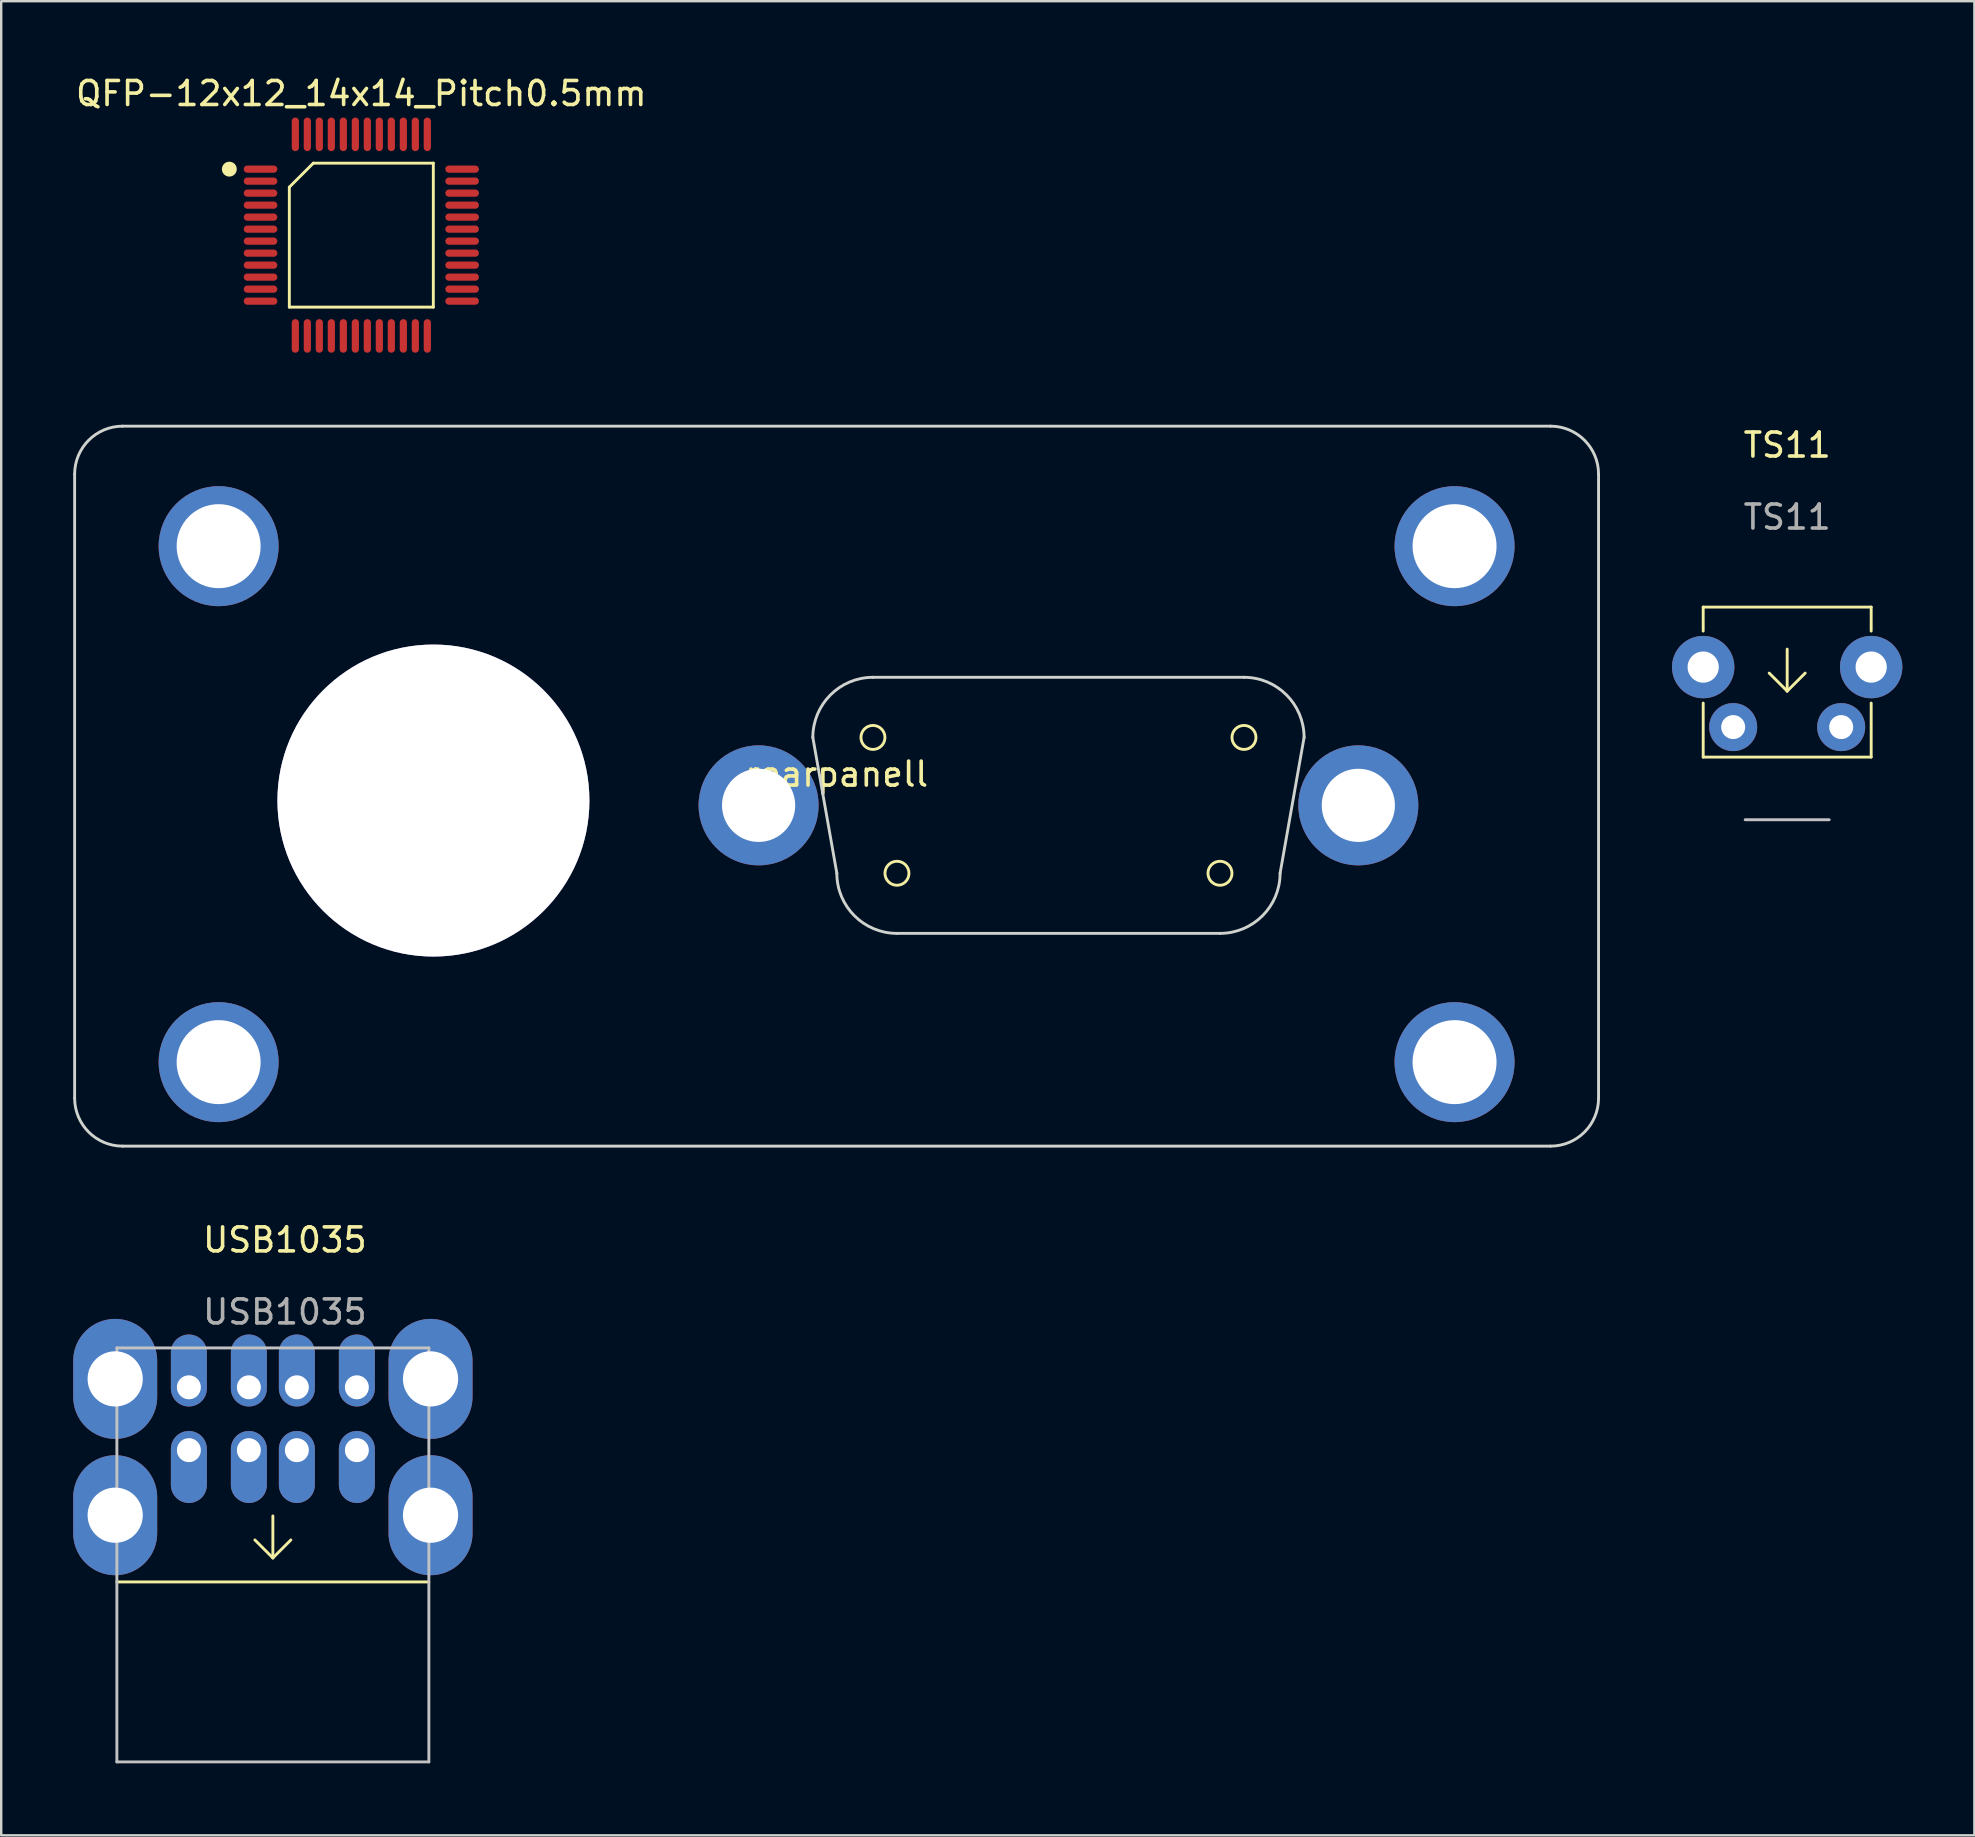
<source format=kicad_pcb>
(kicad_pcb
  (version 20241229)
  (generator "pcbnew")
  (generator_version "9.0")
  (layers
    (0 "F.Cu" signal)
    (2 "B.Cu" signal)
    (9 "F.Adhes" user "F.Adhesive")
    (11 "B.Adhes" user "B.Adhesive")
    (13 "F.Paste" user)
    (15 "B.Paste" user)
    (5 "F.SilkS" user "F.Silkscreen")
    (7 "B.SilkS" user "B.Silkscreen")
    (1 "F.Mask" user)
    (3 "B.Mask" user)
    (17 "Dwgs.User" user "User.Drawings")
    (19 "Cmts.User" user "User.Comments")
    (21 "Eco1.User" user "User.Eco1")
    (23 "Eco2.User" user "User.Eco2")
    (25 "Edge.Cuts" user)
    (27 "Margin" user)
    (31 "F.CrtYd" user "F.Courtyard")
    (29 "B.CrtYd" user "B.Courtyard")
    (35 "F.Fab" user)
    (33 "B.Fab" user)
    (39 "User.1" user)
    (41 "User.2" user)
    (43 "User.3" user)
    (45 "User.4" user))
  (footprint "TS11"
    (layer "F.Cu")
    (at 71.42 25.997)
    (property "Reference" "TS11" (at 0 -10.5 0) (unlocked yes) (layer "F.SilkS") (effects (font (size 1 1) (thickness 0.15))))
    (attr through_hole)
    (fp_line (start -3.5 -3.75) (end 3.5 -3.75) (stroke (width 0.12) (type solid)) (layer "F.SilkS"))
    (fp_line (start -3.5 -2.75) (end -3.5 -3.75) (stroke (width 0.12) (type solid)) (layer "F.SilkS"))
    (fp_line (start -3.5 2.5) (end -3.5 0.25) (stroke (width 0.12) (type solid)) (layer "F.SilkS"))
    (fp_line (start 0 -2) (end 0 -0.25) (stroke (width 0.12) (type solid)) (layer "F.SilkS"))
    (fp_line (start 0 -0.25) (end -0.75 -1) (stroke (width 0.12) (type solid)) (layer "F.SilkS"))
    (fp_line (start 0 -0.25) (end 0.75 -1) (stroke (width 0.12) (type solid)) (layer "F.SilkS"))
    (fp_line (start 3.5 -3.75) (end 3.5 -2.75) (stroke (width 0.12) (type solid)) (layer "F.SilkS"))
    (fp_line (start 3.5 0.25) (end 3.5 2.5) (stroke (width 0.12) (type solid)) (layer "F.SilkS"))
    (fp_line (start 3.5 2.5) (end -3.5 2.5) (stroke (width 0.12) (type solid)) (layer "F.SilkS"))
    (fp_line (start -1.75 5.11) (end 1.75 5.11) (stroke (width 0.12) (type solid)) (layer "Dwgs.User"))
    (fp_text user "${REFERENCE}" (at 0 -7.5 0) (unlocked yes) (layer "F.Fab") (effects (font (size 1 1) (thickness 0.15))))
    (pad "1" thru_hole circle (at -2.25 1.25) (size 2 2) (drill 1) (layers "*.Cu" "*.Mask"))
    (pad "2" thru_hole circle (at 2.25 1.25) (size 2 2) (drill 1) (layers "*.Cu" "*.Mask"))
    (pad "M" thru_hole circle (at -3.5 -1.25) (size 2.6 2.6) (drill 1.3) (layers "*.Cu" "*.Mask"))
    (pad "M" thru_hole circle (at 3.5 -1.25) (size 2.6 2.6) (drill 1.3) (layers "*.Cu" "*.Mask")))
  (footprint "USB1035"
    (layer "F.Cu")
    (at 8.32 62.837)
    (property "Reference" "USB1035" (at 0.5 -14.22 0) (unlocked yes) (layer "F.SilkS") (effects (font (size 1 1) (thickness 0.15))))
    (attr through_hole)
    (fp_line (start -6.5 0.03) (end 6.5 0.03) (stroke (width 0.12) (type solid)) (layer "F.SilkS"))
    (fp_line (start 0 -2.72) (end 0 -0.97) (stroke (width 0.12) (type solid)) (layer "F.SilkS"))
    (fp_line (start 0 -0.97) (end -0.75 -1.72) (stroke (width 0.12) (type solid)) (layer "F.SilkS"))
    (fp_line (start 0 -0.97) (end 0.75 -1.72) (stroke (width 0.12) (type solid)) (layer "F.SilkS"))
    (fp_line (start -6.5 -9.72) (end 6.5 -9.72) (stroke (width 0.12) (type solid)) (layer "Dwgs.User"))
    (fp_line (start -6.5 7.53) (end -6.5 -9.72) (stroke (width 0.12) (type solid)) (layer "Dwgs.User"))
    (fp_line (start 6.5 -9.72) (end 6.5 7.53) (stroke (width 0.12) (type solid)) (layer "Dwgs.User"))
    (fp_line (start 6.5 7.53) (end -6.5 7.53) (stroke (width 0.12) (type solid)) (layer "Dwgs.User"))
    (fp_text user "${REFERENCE}" (at 0.5 -11.22 0) (unlocked yes) (layer "F.Fab") (effects (font (size 1 1) (thickness 0.15))))
    (pad "1A" thru_hole oval (at -3.5 -8.08) (size 1.5 3) (drill 1 (offset 0 -0.7)) (layers "*.Cu" "*.Mask"))
    (pad "1B" thru_hole oval (at -3.5 -5.46) (size 1.5 3) (drill 1 (offset 0 0.7)) (layers "*.Cu" "*.Mask"))
    (pad "2A" thru_hole oval (at -1 -8.08) (size 1.5 3) (drill 1 (offset 0 -0.7)) (layers "*.Cu" "*.Mask"))
    (pad "2B" thru_hole oval (at -1 -5.46) (size 1.5 3) (drill 1 (offset 0 0.7)) (layers "*.Cu" "*.Mask"))
    (pad "3A" thru_hole oval (at 1 -8.08) (size 1.5 3) (drill 1 (offset 0 -0.7)) (layers "*.Cu" "*.Mask"))
    (pad "3B" thru_hole oval (at 1 -5.46) (size 1.5 3) (drill 1 (offset 0 0.7)) (layers "*.Cu" "*.Mask"))
    (pad "4A" thru_hole oval (at 3.5 -8.08) (size 1.5 3) (drill 1 (offset 0 -0.7)) (layers "*.Cu" "*.Mask"))
    (pad "4B" thru_hole oval (at 3.5 -5.46) (size 1.5 3) (drill 1 (offset 0 0.7)) (layers "*.Cu" "*.Mask"))
    (pad "S" thru_hole oval (at -6.57 -8.43) (size 3.5 5) (drill 2.3) (layers "*.Cu" "*.Mask"))
    (pad "S" thru_hole oval (at -6.57 -2.75) (size 3.5 5) (drill 2.3) (layers "*.Cu" "*.Mask"))
    (pad "S" thru_hole oval (at 6.57 -8.43) (size 3.5 5) (drill 2.3) (layers "*.Cu" "*.Mask"))
    (pad "S" thru_hole oval (at 6.57 -2.75) (size 3.5 5) (drill 2.3) (layers "*.Cu" "*.Mask")))
  (footprint "rearpanell"
    (layer "F.Cu")
    (at 31.81 29.708)
    (property "Reference" "rearpanell" (at 0 -0.5 0) (unlocked yes) (layer "F.SilkS") (effects (font (size 1 1) (thickness 0.15))))
    (attr through_hole)
    (fp_circle (center 1.515 -2.03) (end 2.015 -2.03) (stroke (width 0.12) (type solid)) (fill no) (layer "F.SilkS"))
    (fp_circle (center 2.515 3.63) (end 3.015 3.63) (stroke (width 0.12) (type solid)) (fill no) (layer "F.SilkS"))
    (fp_circle (center 15.975 3.63) (end 15.475 3.63) (stroke (width 0.12) (type solid)) (fill no) (layer "F.SilkS"))
    (fp_circle (center 16.975 -2.03) (end 16.475 -2.03) (stroke (width 0.12) (type solid)) (fill no) (layer "F.SilkS"))
    (fp_line (start -31.75 13) (end -31.75 -13) (stroke (width 0.12) (type solid)) (layer "Edge.Cuts"))
    (fp_line (start -29.75 -15) (end 29.75 -15) (stroke (width 0.12) (type solid)) (layer "Edge.Cuts"))
    (fp_line (start 0.01 3.63) (end -0.99 -2.03) (stroke (width 0.12) (type solid)) (layer "Edge.Cuts"))
    (fp_line (start 1.515 -4.535) (end 16.975 -4.535) (stroke (width 0.12) (type solid)) (layer "Edge.Cuts"))
    (fp_line (start 2.515 6.135) (end 15.975 6.135) (stroke (width 0.12) (type solid)) (layer "Edge.Cuts"))
    (fp_line (start 18.48 3.63) (end 19.48 -2.03) (stroke (width 0.12) (type solid)) (layer "Edge.Cuts"))
    (fp_line (start 29.75 15) (end -29.75 15) (stroke (width 0.12) (type solid)) (layer "Edge.Cuts"))
    (fp_line (start 31.75 13) (end 31.75 -13) (stroke (width 0.12) (type solid)) (layer "Edge.Cuts"))
    (fp_arc (start -31.75 -13) (mid -31.164214 -14.414214) (end -29.75 -15) (stroke (width 0.12) (type solid)) (layer "Edge.Cuts"))
    (fp_arc (start -29.75 15) (mid -31.164214 14.414214) (end -31.75 13) (stroke (width 0.12) (type solid)) (layer "Edge.Cuts"))
    (fp_arc (start -0.99 -2.03) (mid -0.256302 -3.801302) (end 1.515 -4.535) (stroke (width 0.12) (type solid)) (layer "Edge.Cuts"))
    (fp_arc (start 2.515 6.135) (mid 0.743698 5.401302) (end 0.01 3.63) (stroke (width 0.12) (type solid)) (layer "Edge.Cuts"))
    (fp_arc (start 16.975 -4.535) (mid 18.7463 -3.801302) (end 19.48 -2.03) (stroke (width 0.12) (type solid)) (layer "Edge.Cuts"))
    (fp_arc (start 18.48 3.63) (mid 17.746302 5.401302) (end 15.975 6.135) (stroke (width 0.12) (type solid)) (layer "Edge.Cuts"))
    (fp_arc (start 29.75 -15) (mid 31.164214 -14.414214) (end 31.75 -13) (stroke (width 0.12) (type solid)) (layer "Edge.Cuts"))
    (fp_arc (start 31.75 13) (mid 31.164214 14.414214) (end 29.75 15) (stroke (width 0.12) (type solid)) (layer "Edge.Cuts"))
    (pad "1" thru_hole circle (at -25.75 -10) (size 5 5) (drill 3.5) (layers "*.Cu" "*.Mask"))
    (pad "1" thru_hole circle (at -25.75 11.5) (size 5 5) (drill 3.5) (layers "*.Cu" "*.Mask"))
    (pad "1" thru_hole circle (at -3.25 0.8) (size 5 5) (drill 3.05) (layers "*.Cu" "*.Mask"))
    (pad "1" thru_hole circle (at 21.74 0.8) (size 5 5) (drill 3.05) (layers "*.Cu" "*.Mask"))
    (pad "1" thru_hole circle (at 25.75 -10) (size 5 5) (drill 3.5) (layers "*.Cu" "*.Mask"))
    (pad "1" thru_hole circle (at 25.75 11.5) (size 5 5) (drill 3.5) (layers "*.Cu" "*.Mask"))
    (pad "2" thru_hole circle (at -16.8 0.6) (size 13 13) (drill 13) (layers "*.Cu" "*.Mask")))
  (footprint "QFP-12x12_14x14_Pitch0.5mm"
    (layer "F.Cu")
    (at 12.006 6.748)
    (property "Reference" "QFP-12x12_14x14_Pitch0.5mm" (at 0 -5.9 0) (layer "F.SilkS") (effects (font (size 1 1) (thickness 0.15))))
    (attr through_hole)
    (fp_line (start -3 -2) (end -2 -3) (stroke (width 0.12) (type solid)) (layer "F.SilkS"))
    (fp_line (start -3 3) (end -3 -2) (stroke (width 0.12) (type solid)) (layer "F.SilkS"))
    (fp_line (start -2 -3) (end 3 -3) (stroke (width 0.12) (type solid)) (layer "F.SilkS"))
    (fp_line (start 3 -3) (end 3 3) (stroke (width 0.12) (type solid)) (layer "F.SilkS"))
    (fp_line (start 3 3) (end -3 3) (stroke (width 0.12) (type solid)) (layer "F.SilkS"))
    (fp_circle (center -5.5 -2.75) (end -5.25 -2.75) (stroke (width 0.12) (type solid)) (fill yes) (layer "F.SilkS"))
    (pad "1" smd oval (at -4.2 -2.75 90) (size 0.3 1.4) (layers "F.Cu" "F.Mask" "F.Paste"))
    (pad "2" smd oval (at -4.2 -2.25 90) (size 0.3 1.4) (layers "F.Cu" "F.Mask" "F.Paste"))
    (pad "3" smd oval (at -4.2 -1.75 90) (size 0.3 1.4) (layers "F.Cu" "F.Mask" "F.Paste"))
    (pad "4" smd oval (at -4.2 -1.25 90) (size 0.3 1.4) (layers "F.Cu" "F.Mask" "F.Paste"))
    (pad "5" smd oval (at -4.2 -0.75 90) (size 0.3 1.4) (layers "F.Cu" "F.Mask" "F.Paste"))
    (pad "6" smd oval (at -4.2 -0.25 90) (size 0.3 1.4) (layers "F.Cu" "F.Mask" "F.Paste"))
    (pad "7" smd oval (at -4.2 0.25 90) (size 0.3 1.4) (layers "F.Cu" "F.Mask" "F.Paste"))
    (pad "8" smd oval (at -4.2 0.75 90) (size 0.3 1.4) (layers "F.Cu" "F.Mask" "F.Paste"))
    (pad "9" smd oval (at -4.2 1.25 90) (size 0.3 1.4) (layers "F.Cu" "F.Mask" "F.Paste"))
    (pad "10" smd oval (at -4.2 1.75 90) (size 0.3 1.4) (layers "F.Cu" "F.Mask" "F.Paste"))
    (pad "11" smd oval (at -4.2 2.25 90) (size 0.3 1.4) (layers "F.Cu" "F.Mask" "F.Paste"))
    (pad "12" smd oval (at -4.2 2.75 90) (size 0.3 1.4) (layers "F.Cu" "F.Mask" "F.Paste"))
    (pad "13" smd oval (at -2.75 4.2) (size 0.3 1.4) (layers "F.Cu" "F.Mask" "F.Paste"))
    (pad "14" smd oval (at -2.25 4.2) (size 0.3 1.4) (layers "F.Cu" "F.Mask" "F.Paste"))
    (pad "15" smd oval (at -1.75 4.2) (size 0.3 1.4) (layers "F.Cu" "F.Mask" "F.Paste"))
    (pad "16" smd oval (at -1.25 4.2) (size 0.3 1.4) (layers "F.Cu" "F.Mask" "F.Paste"))
    (pad "17" smd oval (at -0.75 4.2) (size 0.3 1.4) (layers "F.Cu" "F.Mask" "F.Paste"))
    (pad "18" smd oval (at -0.25 4.2) (size 0.3 1.4) (layers "F.Cu" "F.Mask" "F.Paste"))
    (pad "19" smd oval (at 0.25 4.2) (size 0.3 1.4) (layers "F.Cu" "F.Mask" "F.Paste"))
    (pad "20" smd oval (at 0.75 4.2) (size 0.3 1.4) (layers "F.Cu" "F.Mask" "F.Paste"))
    (pad "21" smd oval (at 1.25 4.2) (size 0.3 1.4) (layers "F.Cu" "F.Mask" "F.Paste"))
    (pad "22" smd oval (at 1.75 4.2) (size 0.3 1.4) (layers "F.Cu" "F.Mask" "F.Paste"))
    (pad "23" smd oval (at 2.25 4.2) (size 0.3 1.4) (layers "F.Cu" "F.Mask" "F.Paste"))
    (pad "24" smd oval (at 2.75 4.2) (size 0.3 1.4) (layers "F.Cu" "F.Mask" "F.Paste"))
    (pad "25" smd oval (at 4.2 2.75 90) (size 0.3 1.4) (layers "F.Cu" "F.Mask" "F.Paste"))
    (pad "26" smd oval (at 4.2 2.25 90) (size 0.3 1.4) (layers "F.Cu" "F.Mask" "F.Paste"))
    (pad "27" smd oval (at 4.2 1.75 90) (size 0.3 1.4) (layers "F.Cu" "F.Mask" "F.Paste"))
    (pad "28" smd oval (at 4.2 1.25 90) (size 0.3 1.4) (layers "F.Cu" "F.Mask" "F.Paste"))
    (pad "29" smd oval (at 4.2 0.75 90) (size 0.3 1.4) (layers "F.Cu" "F.Mask" "F.Paste"))
    (pad "30" smd oval (at 4.2 0.25 90) (size 0.3 1.4) (layers "F.Cu" "F.Mask" "F.Paste"))
    (pad "31" smd oval (at 4.2 -0.25 90) (size 0.3 1.4) (layers "F.Cu" "F.Mask" "F.Paste"))
    (pad "32" smd oval (at 4.2 -0.75 90) (size 0.3 1.4) (layers "F.Cu" "F.Mask" "F.Paste"))
    (pad "33" smd oval (at 4.2 -1.25 90) (size 0.3 1.4) (layers "F.Cu" "F.Mask" "F.Paste"))
    (pad "34" smd oval (at 4.2 -1.75 90) (size 0.3 1.4) (layers "F.Cu" "F.Mask" "F.Paste"))
    (pad "35" smd oval (at 4.2 -2.25 90) (size 0.3 1.4) (layers "F.Cu" "F.Mask" "F.Paste"))
    (pad "36" smd oval (at 4.2 -2.75 90) (size 0.3 1.4) (layers "F.Cu" "F.Mask" "F.Paste"))
    (pad "37" smd oval (at 2.75 -4.2) (size 0.3 1.4) (layers "F.Cu" "F.Mask" "F.Paste"))
    (pad "38" smd oval (at 2.25 -4.2) (size 0.3 1.4) (layers "F.Cu" "F.Mask" "F.Paste"))
    (pad "39" smd oval (at 1.75 -4.2) (size 0.3 1.4) (layers "F.Cu" "F.Mask" "F.Paste"))
    (pad "40" smd oval (at 1.25 -4.2) (size 0.3 1.4) (layers "F.Cu" "F.Mask" "F.Paste"))
    (pad "41" smd oval (at 0.75 -4.2) (size 0.3 1.4) (layers "F.Cu" "F.Mask" "F.Paste"))
    (pad "42" smd oval (at 0.25 -4.2) (size 0.3 1.4) (layers "F.Cu" "F.Mask" "F.Paste"))
    (pad "43" smd oval (at -0.25 -4.2) (size 0.3 1.4) (layers "F.Cu" "F.Mask" "F.Paste"))
    (pad "44" smd oval (at -0.75 -4.2) (size 0.3 1.4) (layers "F.Cu" "F.Mask" "F.Paste"))
    (pad "45" smd oval (at -1.25 -4.2) (size 0.3 1.4) (layers "F.Cu" "F.Mask" "F.Paste"))
    (pad "46" smd oval (at -1.75 -4.2) (size 0.3 1.4) (layers "F.Cu" "F.Mask" "F.Paste"))
    (pad "47" smd oval (at -2.25 -4.2) (size 0.3 1.4) (layers "F.Cu" "F.Mask" "F.Paste"))
    (pad "48" smd oval (at -2.75 -4.2) (size 0.3 1.4) (layers "F.Cu" "F.Mask" "F.Paste")))
  (gr_rect
    (start -3 -3)
    (end 79.22 73.427)
    (stroke (width 0.1) (type default))
    (fill no)
    (layer "Edge.Cuts")))
</source>
